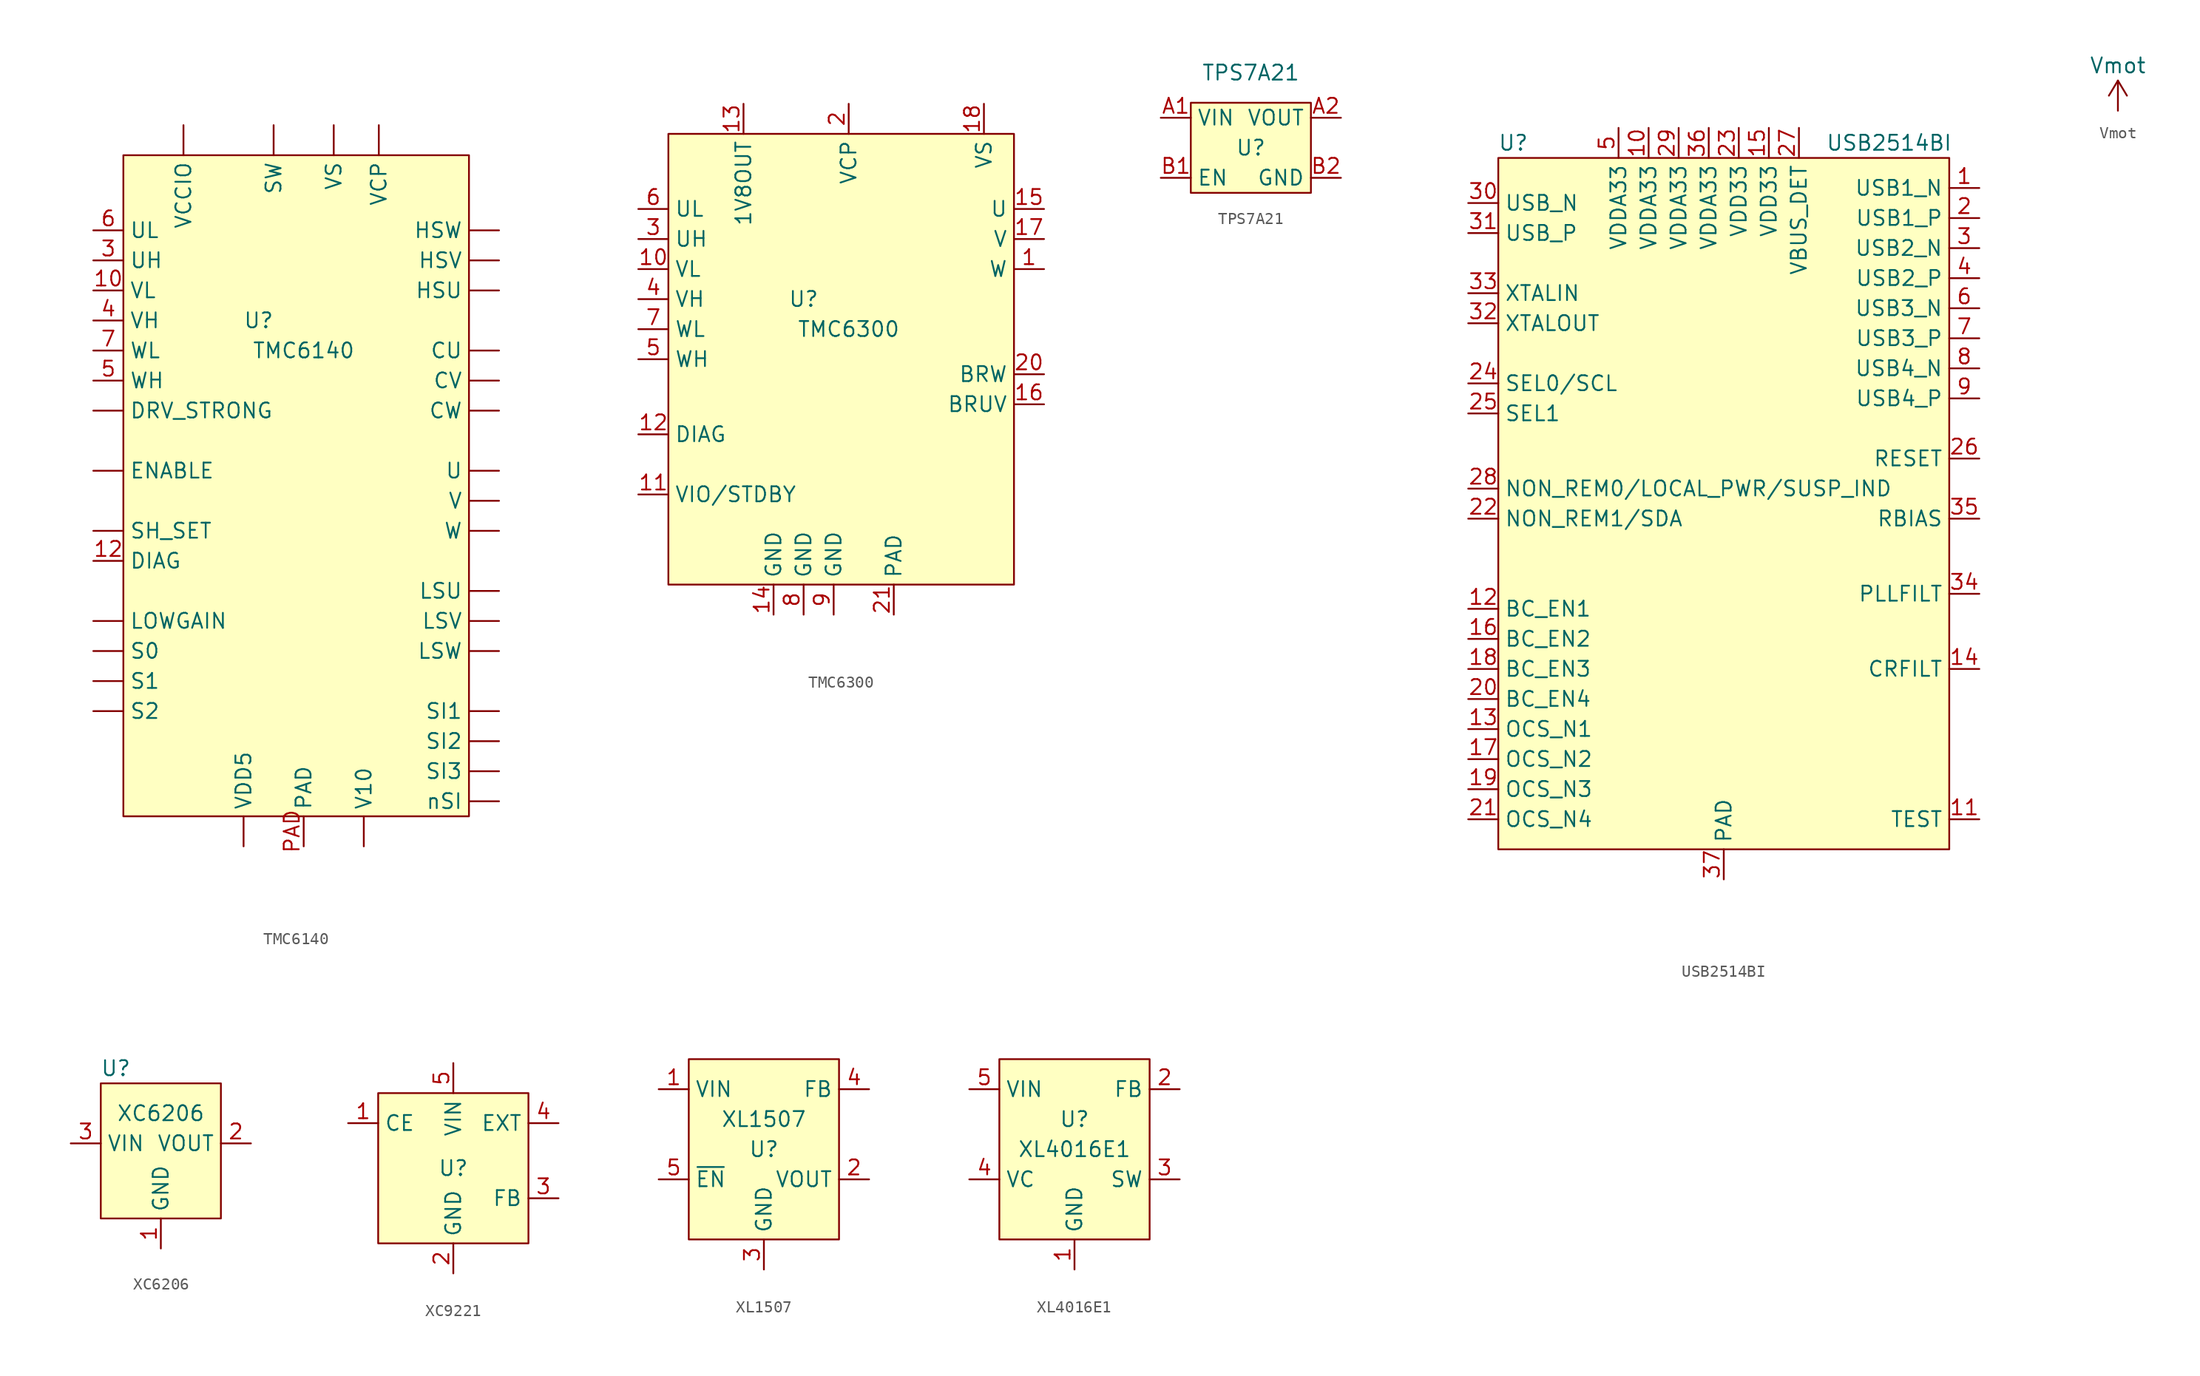
<source format=kicad_sym>
(kicad_symbol_lib
  (version 20231120)
  (generator "kicad_symbol_editor")
  (generator_version "8.0")
  (symbol "TMC6140"
    (property "Reference" "U"
      (at -3.81 1.27 0)
      (effects (font (size 1.27 1.27))))
    (property "Value" "TMC6140"
      (at 0 -1.27 0)
      (effects (font (size 1.27 1.27))))
    (symbol "TMC6140_0_1"
      (rectangle (start -15.24 15.24) (end 13.97 -40.64) (stroke (width 0.152) (type default)) (fill (type background))))
    (symbol "TMC6140_1_1"
      (pin input line (at 16.51 -1.27 180) (length 2.54) (name "CU" (effects (font (size 1.27 1.27)))) (number "" (effects (font (size 1.27 1.27)))))
      (pin input line (at 16.51 -3.81 180) (length 2.54) (name "CV" (effects (font (size 1.27 1.27)))) (number "" (effects (font (size 1.27 1.27)))))
      (pin input line (at 16.51 -6.35 180) (length 2.54) (name "CW" (effects (font (size 1.27 1.27)))) (number "" (effects (font (size 1.27 1.27)))))
      (pin input line (at -17.78 -6.35 0) (length 2.54) (name "DRV_STRONG" (effects (font (size 1.27 1.27)))) (number "" (effects (font (size 1.27 1.27)))))
      (pin input line (at -17.78 -11.43 0) (length 2.54) (name "ENABLE" (effects (font (size 1.27 1.27)))) (number "" (effects (font (size 1.27 1.27)))))
      (pin input line (at 16.51 3.81 180) (length 2.54) (name "HSU" (effects (font (size 1.27 1.27)))) (number "" (effects (font (size 1.27 1.27)))))
      (pin input line (at 16.51 6.35 180) (length 2.54) (name "HSV" (effects (font (size 1.27 1.27)))) (number "" (effects (font (size 1.27 1.27)))))
      (pin input line (at 16.51 8.89 180) (length 2.54) (name "HSW" (effects (font (size 1.27 1.27)))) (number "" (effects (font (size 1.27 1.27)))))
      (pin input line (at -17.78 -24.13 0) (length 2.54) (name "LOWGAIN" (effects (font (size 1.27 1.27)))) (number "" (effects (font (size 1.27 1.27)))))
      (pin input line (at 16.51 -21.59 180) (length 2.54) (name "LSU" (effects (font (size 1.27 1.27)))) (number "" (effects (font (size 1.27 1.27)))))
      (pin input line (at 16.51 -24.13 180) (length 2.54) (name "LSV" (effects (font (size 1.27 1.27)))) (number "" (effects (font (size 1.27 1.27)))))
      (pin input line (at 16.51 -26.67 180) (length 2.54) (name "LSW" (effects (font (size 1.27 1.27)))) (number "" (effects (font (size 1.27 1.27)))))
      (pin input line (at -17.78 -26.67 0) (length 2.54) (name "S0" (effects (font (size 1.27 1.27)))) (number "" (effects (font (size 1.27 1.27)))))
      (pin input line (at -17.78 -29.21 0) (length 2.54) (name "S1" (effects (font (size 1.27 1.27)))) (number "" (effects (font (size 1.27 1.27)))))
      (pin input line (at -17.78 -31.75 0) (length 2.54) (name "S2" (effects (font (size 1.27 1.27)))) (number "" (effects (font (size 1.27 1.27)))))
      (pin input line (at -17.78 -16.51 0) (length 2.54) (name "SH_SET" (effects (font (size 1.27 1.27)))) (number "" (effects (font (size 1.27 1.27)))))
      (pin input line (at 16.51 -31.75 180) (length 2.54) (name "SI1" (effects (font (size 1.27 1.27)))) (number "" (effects (font (size 1.27 1.27)))))
      (pin input line (at 16.51 -34.29 180) (length 2.54) (name "SI2" (effects (font (size 1.27 1.27)))) (number "" (effects (font (size 1.27 1.27)))))
      (pin input line (at 16.51 -36.83 180) (length 2.54) (name "SI3" (effects (font (size 1.27 1.27)))) (number "" (effects (font (size 1.27 1.27)))))
      (pin input line (at -2.54 17.78 270) (length 2.54) (name "SW" (effects (font (size 1.27 1.27)))) (number "" (effects (font (size 1.27 1.27)))))
      (pin input line (at 16.51 -11.43 180) (length 2.54) (name "U" (effects (font (size 1.27 1.27)))) (number "" (effects (font (size 1.27 1.27)))))
      (pin input line (at 16.51 -13.97 180) (length 2.54) (name "V" (effects (font (size 1.27 1.27)))) (number "" (effects (font (size 1.27 1.27)))))
      (pin input line (at 5.08 -43.18 90) (length 2.54) (name "V10" (effects (font (size 1.27 1.27)))) (number "" (effects (font (size 1.27 1.27)))))
      (pin input line (at -10.16 17.78 270) (length 2.54) (name "VCCIO" (effects (font (size 1.27 1.27)))) (number "" (effects (font (size 1.27 1.27)))))
      (pin input line (at 6.35 17.78 270) (length 2.54) (name "VCP" (effects (font (size 1.27 1.27)))) (number "" (effects (font (size 1.27 1.27)))))
      (pin input line (at -5.08 -43.18 90) (length 2.54) (name "VDD5" (effects (font (size 1.27 1.27)))) (number "" (effects (font (size 1.27 1.27)))))
      (pin input line (at 2.54 17.78 270) (length 2.54) (name "VS" (effects (font (size 1.27 1.27)))) (number "" (effects (font (size 1.27 1.27)))))
      (pin input line (at 16.51 -16.51 180) (length 2.54) (name "W" (effects (font (size 1.27 1.27)))) (number "" (effects (font (size 1.27 1.27)))))
      (pin input line (at 16.51 -39.37 180) (length 2.54) (name "nSI" (effects (font (size 1.27 1.27)))) (number "" (effects (font (size 1.27 1.27)))))
      (pin input line (at -17.78 3.81 0) (length 2.54) (name "VL" (effects (font (size 1.27 1.27)))) (number "10" (effects (font (size 1.27 1.27)))))
      (pin input line (at -17.78 -19.05 0) (length 2.54) (name "DIAG" (effects (font (size 1.27 1.27)))) (number "12" (effects (font (size 1.27 1.27)))))
      (pin input line (at -17.78 6.35 0) (length 2.54) (name "UH" (effects (font (size 1.27 1.27)))) (number "3" (effects (font (size 1.27 1.27)))))
      (pin input line (at -17.78 1.27 0) (length 2.54) (name "VH" (effects (font (size 1.27 1.27)))) (number "4" (effects (font (size 1.27 1.27)))))
      (pin input line (at -17.78 -3.81 0) (length 2.54) (name "WH" (effects (font (size 1.27 1.27)))) (number "5" (effects (font (size 1.27 1.27)))))
      (pin input line (at -17.78 8.89 0) (length 2.54) (name "UL" (effects (font (size 1.27 1.27)))) (number "6" (effects (font (size 1.27 1.27)))))
      (pin input line (at -17.78 -1.27 0) (length 2.54) (name "WL" (effects (font (size 1.27 1.27)))) (number "7" (effects (font (size 1.27 1.27)))))
      (pin input line (at 0 -43.18 90) (length 2.54) (name "PAD" (effects (font (size 1.27 1.27)))) (number "PAD" (effects (font (size 1.27 1.27)))))))
  (symbol "TMC6300"
    (property "Reference" "U"
      (at -3.81 1.27 0)
      (effects (font (size 1.27 1.27))))
    (property "Value" "TMC6300"
      (at 0 -1.27 0)
      (effects (font (size 1.27 1.27))))
    (symbol "TMC6300_0_1"
      (rectangle (start -15.24 15.24) (end 13.97 -22.86) (stroke (width 0.152) (type default)) (fill (type background))))
    (symbol "TMC6300_1_1"
      (pin input line (at 16.51 3.81 180) (length 2.54) (name "W" (effects (font (size 1.27 1.27)))) (number "1" (effects (font (size 1.27 1.27)))))
      (pin input line (at -17.78 3.81 0) (length 2.54) (name "VL" (effects (font (size 1.27 1.27)))) (number "10" (effects (font (size 1.27 1.27)))))
      (pin input line (at -17.78 -15.24 0) (length 2.54) (name "VIO/STDBY" (effects (font (size 1.27 1.27)))) (number "11" (effects (font (size 1.27 1.27)))))
      (pin input line (at -17.78 -10.16 0) (length 2.54) (name "DIAG" (effects (font (size 1.27 1.27)))) (number "12" (effects (font (size 1.27 1.27)))))
      (pin input line (at -8.89 17.78 270) (length 2.54) (name "1V8OUT" (effects (font (size 1.27 1.27)))) (number "13" (effects (font (size 1.27 1.27)))))
      (pin input line (at -6.35 -25.4 90) (length 2.54) (name "GND" (effects (font (size 1.27 1.27)))) (number "14" (effects (font (size 1.27 1.27)))))
      (pin input line (at 16.51 8.89 180) (length 2.54) (name "U" (effects (font (size 1.27 1.27)))) (number "15" (effects (font (size 1.27 1.27)))))
      (pin input line (at 16.51 -7.62 180) (length 2.54) (name "BRUV" (effects (font (size 1.27 1.27)))) (number "16" (effects (font (size 1.27 1.27)))))
      (pin input line (at 16.51 6.35 180) (length 2.54) (name "V" (effects (font (size 1.27 1.27)))) (number "17" (effects (font (size 1.27 1.27)))))
      (pin input line (at 11.43 17.78 270) (length 2.54) (name "VS" (effects (font (size 1.27 1.27)))) (number "18" (effects (font (size 1.27 1.27)))))
      (pin input line (at 0 17.78 270) (length 2.54) (name "VCP" (effects (font (size 1.27 1.27)))) (number "2" (effects (font (size 1.27 1.27)))))
      (pin input line (at 16.51 -5.08 180) (length 2.54) (name "BRW" (effects (font (size 1.27 1.27)))) (number "20" (effects (font (size 1.27 1.27)))))
      (pin input line (at 3.81 -25.4 90) (length 2.54) (name "PAD" (effects (font (size 1.27 1.27)))) (number "21" (effects (font (size 1.27 1.27)))))
      (pin input line (at -17.78 6.35 0) (length 2.54) (name "UH" (effects (font (size 1.27 1.27)))) (number "3" (effects (font (size 1.27 1.27)))))
      (pin input line (at -17.78 1.27 0) (length 2.54) (name "VH" (effects (font (size 1.27 1.27)))) (number "4" (effects (font (size 1.27 1.27)))))
      (pin input line (at -17.78 -3.81 0) (length 2.54) (name "WH" (effects (font (size 1.27 1.27)))) (number "5" (effects (font (size 1.27 1.27)))))
      (pin input line (at -17.78 8.89 0) (length 2.54) (name "UL" (effects (font (size 1.27 1.27)))) (number "6" (effects (font (size 1.27 1.27)))))
      (pin input line (at -17.78 -1.27 0) (length 2.54) (name "WL" (effects (font (size 1.27 1.27)))) (number "7" (effects (font (size 1.27 1.27)))))
      (pin input line (at -3.81 -25.4 90) (length 2.54) (name "GND" (effects (font (size 1.27 1.27)))) (number "8" (effects (font (size 1.27 1.27)))))
      (pin input line (at -1.27 -25.4 90) (length 2.54) (name "GND" (effects (font (size 1.27 1.27)))) (number "9" (effects (font (size 1.27 1.27)))))))
  (symbol "TPS7A21"
    (property "Reference" "U"
      (at 0 0 0)
      (effects (font (size 1.27 1.27))))
    (property "Value" "TPS7A21"
      (at 0 6.35 0)
      (effects (font (size 1.27 1.27))))
    (symbol "TPS7A21_0_1"
      (rectangle (start -5.08 3.81) (end 5.08 -3.81) (stroke (width 0.152) (type default)) (fill (type background))))
    (symbol "TPS7A21_1_1"
      (pin input line (at -7.62 2.54 0) (length 2.54) (name "VIN" (effects (font (size 1.27 1.27)))) (number "A1" (effects (font (size 1.27 1.27)))))
      (pin input line (at 7.62 2.54 180) (length 2.54) (name "VOUT" (effects (font (size 1.27 1.27)))) (number "A2" (effects (font (size 1.27 1.27)))))
      (pin input line (at -7.62 -2.54 0) (length 2.54) (name "EN" (effects (font (size 1.27 1.27)))) (number "B1" (effects (font (size 1.27 1.27)))))
      (pin input line (at 7.62 -2.54 180) (length 2.54) (name "GND" (effects (font (size 1.27 1.27)))) (number "B2" (effects (font (size 1.27 1.27)))))))
  (symbol "USB2514BI"
    (property "Reference" "U"
      (at -17.78 31.75 0)
      (effects (font (size 1.27 1.27))))
    (property "Value" "USB2514BI"
      (at 13.97 31.75 0)
      (effects (font (size 1.27 1.27))))
    (symbol "USB2514BI_0_0"
      (pin bidirectional line (at 21.59 27.94 180) (length 2.54) (name "USB1_N" (effects (font (size 1.27 1.27)))) (number "1" (effects (font (size 1.27 1.27)))))
      (pin input line (at -6.35 33.02 270) (length 2.54) (name "VDDA33" (effects (font (size 1.27 1.27)))) (number "10" (effects (font (size 1.27 1.27)))))
      (pin input line (at 21.59 -25.4 180) (length 2.54) (name "TEST" (effects (font (size 1.27 1.27)))) (number "11" (effects (font (size 1.27 1.27)))))
      (pin input line (at -21.59 -7.62 0) (length 2.54) (name "BC_EN1" (effects (font (size 1.27 1.27)))) (number "12" (effects (font (size 1.27 1.27)))))
      (pin input line (at -21.59 -17.78 0) (length 2.54) (name "OCS_N1" (effects (font (size 1.27 1.27)))) (number "13" (effects (font (size 1.27 1.27)))))
      (pin input line (at 21.59 -12.7 180) (length 2.54) (name "CRFILT" (effects (font (size 1.27 1.27)))) (number "14" (effects (font (size 1.27 1.27)))))
      (pin input line (at 3.81 33.02 270) (length 2.54) (name "VDD33" (effects (font (size 1.27 1.27)))) (number "15" (effects (font (size 1.27 1.27)))))
      (pin input line (at -21.59 -10.16 0) (length 2.54) (name "BC_EN2" (effects (font (size 1.27 1.27)))) (number "16" (effects (font (size 1.27 1.27)))))
      (pin input line (at -21.59 -20.32 0) (length 2.54) (name "OCS_N2" (effects (font (size 1.27 1.27)))) (number "17" (effects (font (size 1.27 1.27)))))
      (pin input line (at -21.59 -12.7 0) (length 2.54) (name "BC_EN3" (effects (font (size 1.27 1.27)))) (number "18" (effects (font (size 1.27 1.27)))))
      (pin input line (at -21.59 -22.86 0) (length 2.54) (name "OCS_N3" (effects (font (size 1.27 1.27)))) (number "19" (effects (font (size 1.27 1.27)))))
      (pin bidirectional line (at 21.59 25.4 180) (length 2.54) (name "USB1_P" (effects (font (size 1.27 1.27)))) (number "2" (effects (font (size 1.27 1.27)))))
      (pin input line (at -21.59 -15.24 0) (length 2.54) (name "BC_EN4" (effects (font (size 1.27 1.27)))) (number "20" (effects (font (size 1.27 1.27)))))
      (pin input line (at -21.59 -25.4 0) (length 2.54) (name "OCS_N4" (effects (font (size 1.27 1.27)))) (number "21" (effects (font (size 1.27 1.27)))))
      (pin input line (at -21.59 0 0) (length 2.54) (name "NON_REM1/SDA" (effects (font (size 1.27 1.27)))) (number "22" (effects (font (size 1.27 1.27)))))
      (pin input line (at 1.27 33.02 270) (length 2.54) (name "VDD33" (effects (font (size 1.27 1.27)))) (number "23" (effects (font (size 1.27 1.27)))))
      (pin input line (at -21.59 11.43 0) (length 2.54) (name "SEL0/SCL" (effects (font (size 1.27 1.27)))) (number "24" (effects (font (size 1.27 1.27)))))
      (pin input line (at -21.59 8.89 0) (length 2.54) (name "SEL1" (effects (font (size 1.27 1.27)))) (number "25" (effects (font (size 1.27 1.27)))))
      (pin input line (at 21.59 5.08 180) (length 2.54) (name "RESET" (effects (font (size 1.27 1.27)))) (number "26" (effects (font (size 1.27 1.27)))))
      (pin input line (at 6.35 33.02 270) (length 2.54) (name "VBUS_DET" (effects (font (size 1.27 1.27)))) (number "27" (effects (font (size 1.27 1.27)))))
      (pin input line (at -21.59 2.54 0) (length 2.54) (name "NON_REM0/LOCAL_PWR/SUSP_IND" (effects (font (size 1.27 1.27)))) (number "28" (effects (font (size 1.27 1.27)))))
      (pin input line (at -3.81 33.02 270) (length 2.54) (name "VDDA33" (effects (font (size 1.27 1.27)))) (number "29" (effects (font (size 1.27 1.27)))))
      (pin bidirectional line (at 21.59 22.86 180) (length 2.54) (name "USB2_N" (effects (font (size 1.27 1.27)))) (number "3" (effects (font (size 1.27 1.27)))))
      (pin bidirectional line (at -21.59 26.67 0) (length 2.54) (name "USB_N" (effects (font (size 1.27 1.27)))) (number "30" (effects (font (size 1.27 1.27)))))
      (pin bidirectional line (at -21.59 24.13 0) (length 2.54) (name "USB_P" (effects (font (size 1.27 1.27)))) (number "31" (effects (font (size 1.27 1.27)))))
      (pin input line (at -21.59 16.51 0) (length 2.54) (name "XTALOUT" (effects (font (size 1.27 1.27)))) (number "32" (effects (font (size 1.27 1.27)))))
      (pin input line (at -21.59 19.05 0) (length 2.54) (name "XTALIN" (effects (font (size 1.27 1.27)))) (number "33" (effects (font (size 1.27 1.27)))))
      (pin input line (at 21.59 -6.35 180) (length 2.54) (name "PLLFILT" (effects (font (size 1.27 1.27)))) (number "34" (effects (font (size 1.27 1.27)))))
      (pin input line (at 21.59 0 180) (length 2.54) (name "RBIAS" (effects (font (size 1.27 1.27)))) (number "35" (effects (font (size 1.27 1.27)))))
      (pin input line (at -1.27 33.02 270) (length 2.54) (name "VDDA33" (effects (font (size 1.27 1.27)))) (number "36" (effects (font (size 1.27 1.27)))))
      (pin input line (at 0 -30.48 90) (length 2.54) (name "PAD" (effects (font (size 1.27 1.27)))) (number "37" (effects (font (size 1.27 1.27)))))
      (pin bidirectional line (at 21.59 20.32 180) (length 2.54) (name "USB2_P" (effects (font (size 1.27 1.27)))) (number "4" (effects (font (size 1.27 1.27)))))
      (pin input line (at -8.89 33.02 270) (length 2.54) (name "VDDA33" (effects (font (size 1.27 1.27)))) (number "5" (effects (font (size 1.27 1.27)))))
      (pin bidirectional line (at 21.59 17.78 180) (length 2.54) (name "USB3_N" (effects (font (size 1.27 1.27)))) (number "6" (effects (font (size 1.27 1.27)))))
      (pin bidirectional line (at 21.59 15.24 180) (length 2.54) (name "USB3_P" (effects (font (size 1.27 1.27)))) (number "7" (effects (font (size 1.27 1.27)))))
      (pin bidirectional line (at 21.59 12.7 180) (length 2.54) (name "USB4_N" (effects (font (size 1.27 1.27)))) (number "8" (effects (font (size 1.27 1.27)))))
      (pin bidirectional line (at 21.59 10.16 180) (length 2.54) (name "USB4_P" (effects (font (size 1.27 1.27)))) (number "9" (effects (font (size 1.27 1.27))))))
    (symbol "USB2514BI_0_1"
      (rectangle (start -19.05 30.48) (end 19.05 -27.94) (stroke (width 0.152) (type default)) (fill (type background)))))
  (symbol "Vmot"
    (power)
    (pin_names
      (offset 0))
    (property "Reference" "#PWR"
      (at -5.08 -3.81 0)
      (effects (font (size 1.27 1.27)) (hide yes)))
    (property "Value" "Vmot"
      (at 0 3.81 0)
      (effects (font (size 1.27 1.27))))
    (symbol "Vmot_0_1"
      (polyline (pts (xy -0.762 1.27) (xy 0 2.54)) (stroke (width 0) (type default)) (fill (type none)))
      (polyline (pts (xy 0 0) (xy 0 2.54)) (stroke (width 0) (type default)) (fill (type none)))
      (polyline (pts (xy 0 2.54) (xy 0.762 1.27)) (stroke (width 0) (type default)) (fill (type none))))
    (symbol "Vmot_1_1"
      (pin power_in line (at 0 0 90) (length 0) hide (name "Vmot" (effects (font (size 1.27 1.27)))) (number "1" (effects (font (size 1.27 1.27)))))))
  (symbol "XC6206"
    (property "Reference" "U"
      (at -3.81 6.35 0)
      (effects (font (size 1.27 1.27))))
    (property "Value" "XC6206"
      (at 0 2.54 0)
      (effects (font (size 1.27 1.27))))
    (symbol "XC6206_0_1"
      (rectangle (start -5.08 5.08) (end 5.08 -6.35) (stroke (width 0.152) (type default)) (fill (type background))))
    (symbol "XC6206_1_1"
      (pin power_out line (at 0 -8.89 90) (length 2.54) (name "GND" (effects (font (size 1.27 1.27)))) (number "1" (effects (font (size 1.27 1.27)))))
      (pin power_out line (at 7.62 0 180) (length 2.54) (name "VOUT" (effects (font (size 1.27 1.27)))) (number "2" (effects (font (size 1.27 1.27)))))
      (pin power_in line (at -7.62 0 0) (length 2.54) (name "VIN" (effects (font (size 1.27 1.27)))) (number "3" (effects (font (size 1.27 1.27)))))))
  (symbol "XC9221"
    (property "Reference" "U"
      (at 0 0 0)
      (effects (font (size 1.27 1.27))))
    (property "Value" ""
      (at 0 0 0)
      (effects (font (size 1.27 1.27))))
    (symbol "XC9221_0_0"
      (pin unspecified line (at -8.89 3.81 0) (length 2.54) (name "CE" (effects (font (size 1.27 1.27)))) (number "1" (effects (font (size 1.27 1.27)))))
      (pin unspecified line (at 0 -8.89 90) (length 2.54) (name "GND" (effects (font (size 1.27 1.27)))) (number "2" (effects (font (size 1.27 1.27)))))
      (pin unspecified line (at 8.89 -2.54 180) (length 2.54) (name "FB" (effects (font (size 1.27 1.27)))) (number "3" (effects (font (size 1.27 1.27)))))
      (pin unspecified line (at 8.89 3.81 180) (length 2.54) (name "EXT" (effects (font (size 1.27 1.27)))) (number "4" (effects (font (size 1.27 1.27)))))
      (pin unspecified line (at 0 8.89 270) (length 2.54) (name "VIN" (effects (font (size 1.27 1.27)))) (number "5" (effects (font (size 1.27 1.27))))))
    (symbol "XC9221_1_1"
      (rectangle (start -6.35 6.35) (end 6.35 -6.35) (stroke (width 0) (type default)) (fill (type background)))))
  (symbol "XL1507"
    (property "Reference" "U"
      (at 0 0 0)
      (effects (font (size 1.27 1.27))))
    (property "Value" "XL1507"
      (at 0 2.54 0)
      (effects (font (size 1.27 1.27))))
    (symbol "XL1507_0_0"
      (pin input line (at -8.89 5.08 0) (length 2.54) (name "VIN" (effects (font (size 1.27 1.27)))) (number "1" (effects (font (size 1.27 1.27)))))
      (pin output line (at 8.89 -2.54 180) (length 2.54) (name "VOUT" (effects (font (size 1.27 1.27)))) (number "2" (effects (font (size 1.27 1.27)))))
      (pin unspecified line (at 0 -10.16 90) (length 2.54) (name "GND" (effects (font (size 1.27 1.27)))) (number "3" (effects (font (size 1.27 1.27)))))
      (pin input line (at 8.89 5.08 180) (length 2.54) (name "FB" (effects (font (size 1.27 1.27)))) (number "4" (effects (font (size 1.27 1.27)))))
      (pin input line (at -8.89 -2.54 0) (length 2.54) (name "~{EN}" (effects (font (size 1.27 1.27)))) (number "5" (effects (font (size 1.27 1.27))))))
    (symbol "XL1507_0_1"
      (rectangle (start -6.35 7.62) (end 6.35 -7.62) (stroke (width 0.152) (type default)) (fill (type background)))))
  (symbol "XL4016E1"
    (property "Reference" "U"
      (at 0 2.54 0)
      (effects (font (size 1.27 1.27))))
    (property "Value" "XL4016E1"
      (at 0 0 0)
      (effects (font (size 1.27 1.27))))
    (symbol "XL4016E1_0_0"
      (pin unspecified line (at 0 -10.16 90) (length 2.54) (name "GND" (effects (font (size 1.27 1.27)))) (number "1" (effects (font (size 1.27 1.27)))))
      (pin unspecified line (at 8.89 5.08 180) (length 2.54) (name "FB" (effects (font (size 1.27 1.27)))) (number "2" (effects (font (size 1.27 1.27)))))
      (pin unspecified line (at 8.89 -2.54 180) (length 2.54) (name "SW" (effects (font (size 1.27 1.27)))) (number "3" (effects (font (size 1.27 1.27)))))
      (pin unspecified line (at -8.89 -2.54 0) (length 2.54) (name "VC" (effects (font (size 1.27 1.27)))) (number "4" (effects (font (size 1.27 1.27)))))
      (pin unspecified line (at -8.89 5.08 0) (length 2.54) (name "VIN" (effects (font (size 1.27 1.27)))) (number "5" (effects (font (size 1.27 1.27))))))
    (symbol "XL4016E1_0_1"
      (rectangle (start -6.35 7.62) (end 6.35 -7.62) (stroke (width 0.152) (type default)) (fill (type background))))))
</source>
